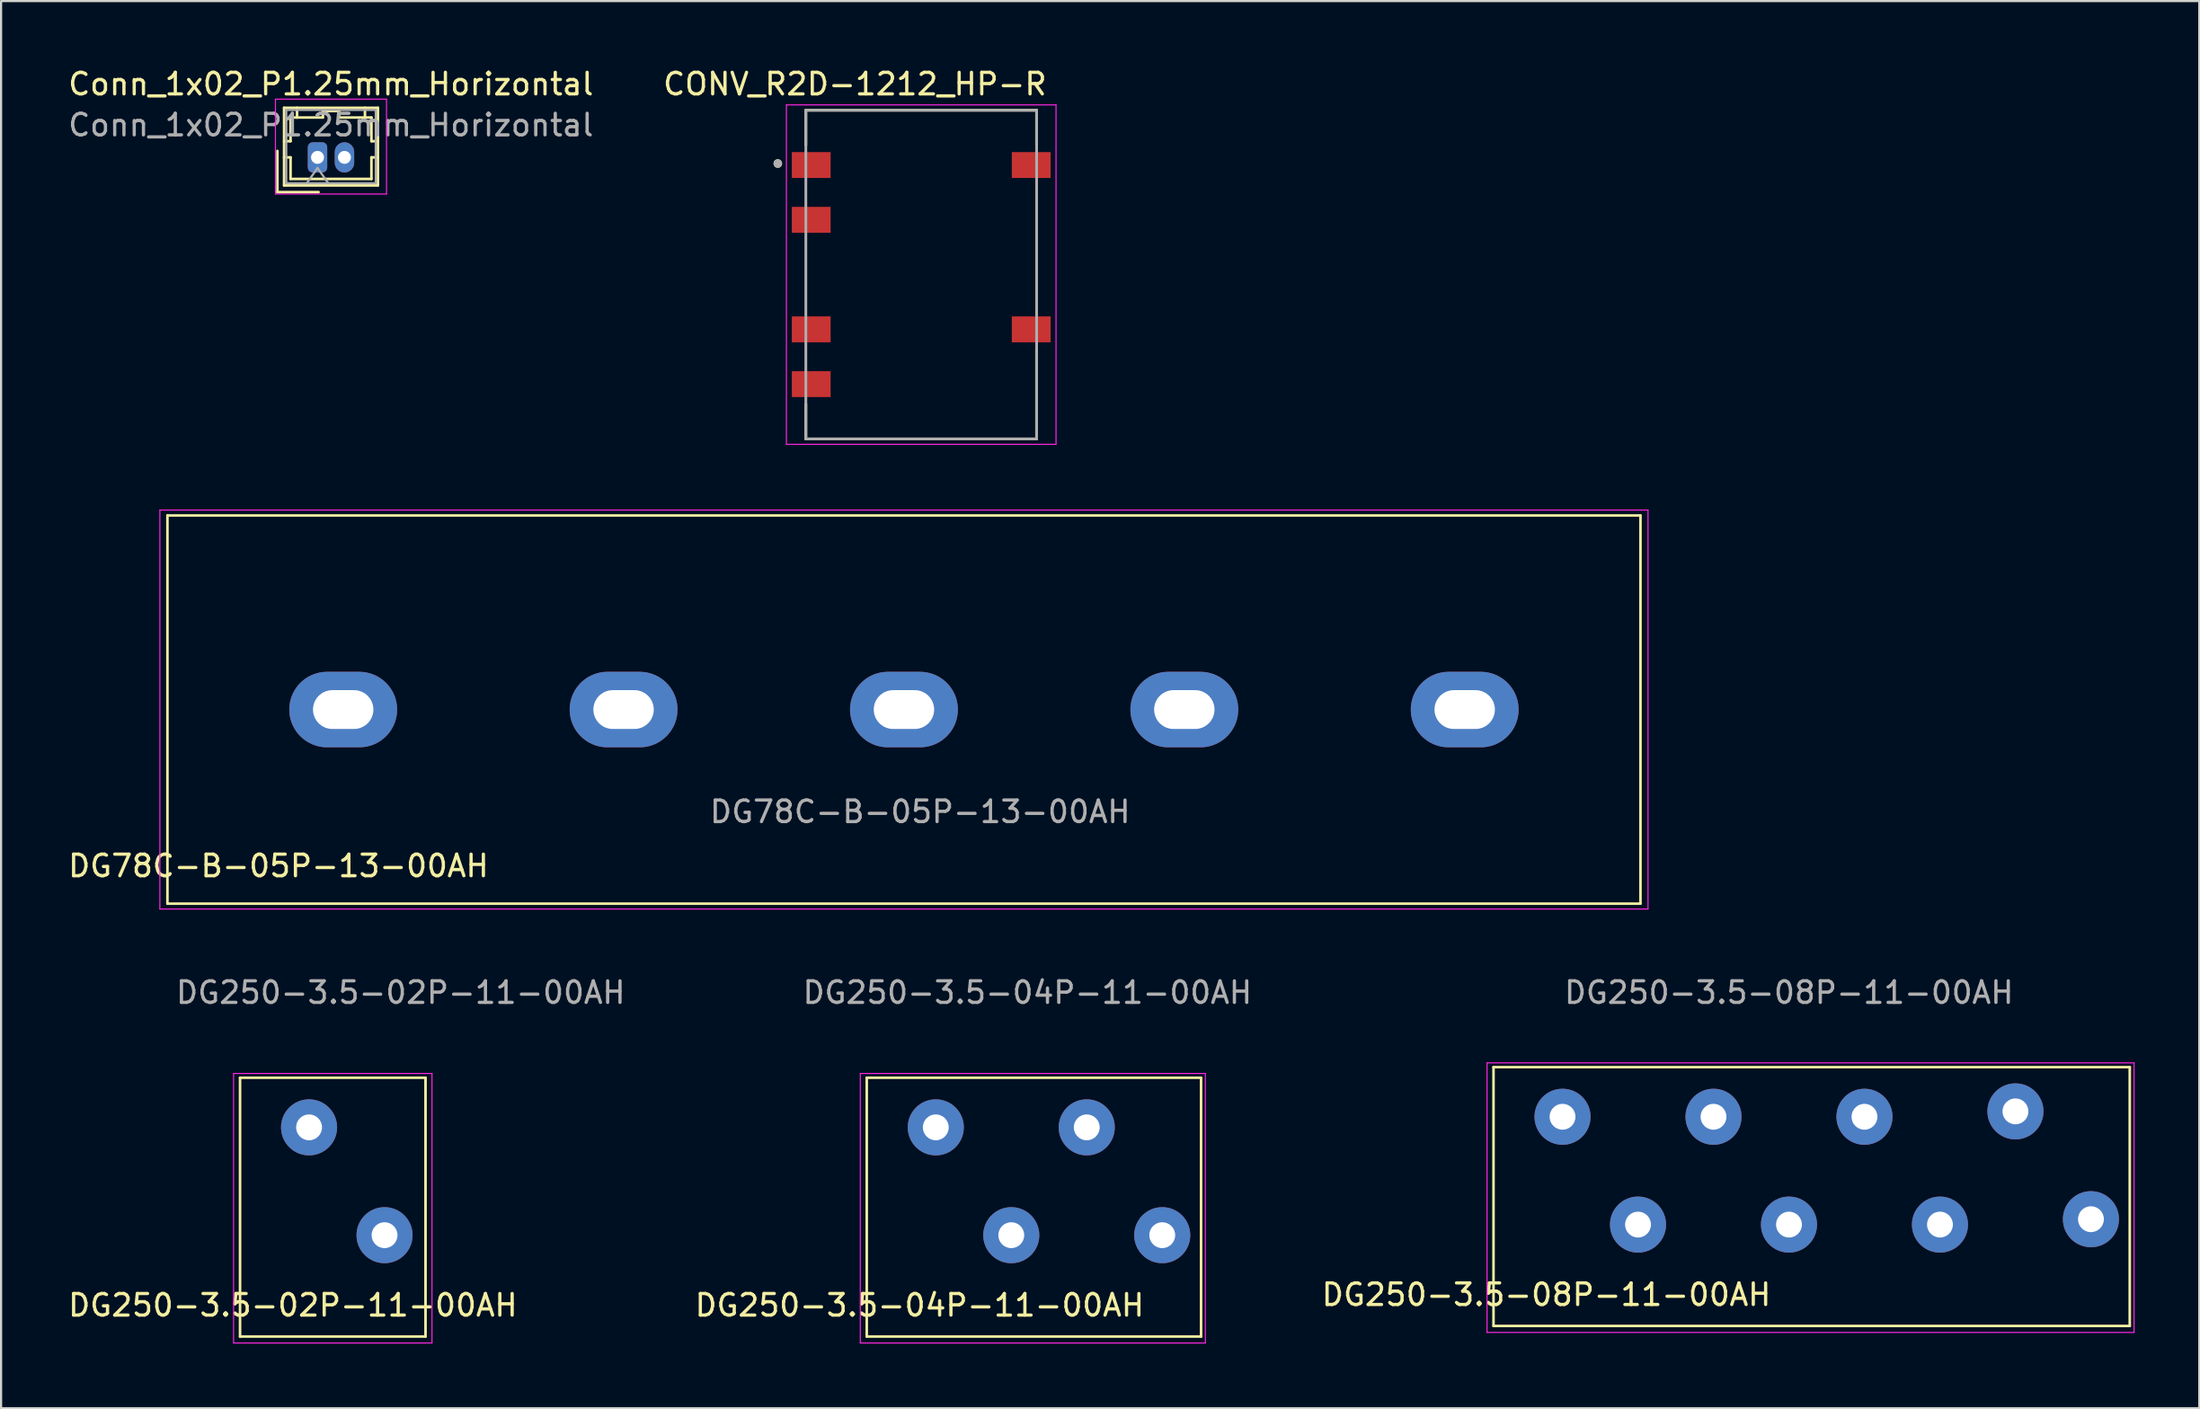
<source format=kicad_pcb>
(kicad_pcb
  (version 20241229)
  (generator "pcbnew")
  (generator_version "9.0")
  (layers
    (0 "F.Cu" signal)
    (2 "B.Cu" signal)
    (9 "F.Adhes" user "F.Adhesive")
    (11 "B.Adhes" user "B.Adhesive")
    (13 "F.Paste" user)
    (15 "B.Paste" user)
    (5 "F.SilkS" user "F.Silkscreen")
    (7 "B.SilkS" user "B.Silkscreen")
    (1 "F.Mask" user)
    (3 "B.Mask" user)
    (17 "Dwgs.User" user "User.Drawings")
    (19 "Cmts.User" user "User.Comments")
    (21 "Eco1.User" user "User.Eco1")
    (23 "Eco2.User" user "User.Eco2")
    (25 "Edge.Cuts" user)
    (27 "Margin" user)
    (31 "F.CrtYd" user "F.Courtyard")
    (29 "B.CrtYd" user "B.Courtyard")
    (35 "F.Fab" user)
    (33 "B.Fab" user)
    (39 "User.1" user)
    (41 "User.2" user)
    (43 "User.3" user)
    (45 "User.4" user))
  (footprint "DG250-3.5-08P-11-00AH"
    (layer "F.Cu")
    (at 69.399 53.736)
    (property "Reference" "DG250-3.5-08P-11-00AH" (at -0.75 3.25 0) (layer "F.SilkS") (effects (font (size 1 1) (thickness 0.15))))
    (attr through_hole)
    (fp_line (start -3.2 -7.3) (end 26.3 -7.3) (stroke (width 0.12) (type solid)) (layer "F.SilkS"))
    (fp_line (start -3.2 4.7) (end -3.2 -7.3) (stroke (width 0.12) (type solid)) (layer "F.SilkS"))
    (fp_line (start -3.2 4.7) (end 26.3 4.7) (stroke (width 0.12) (type solid)) (layer "F.SilkS"))
    (fp_line (start 26.3 4.7) (end 26.3 -7.3) (stroke (width 0.12) (type solid)) (layer "F.SilkS"))
    (fp_line (start -3.5 5) (end -3.5 -7.5) (stroke (width 0.05) (type solid)) (layer "F.CrtYd"))
    (fp_line (start 26.5 -7.5) (end -3.5 -7.5) (stroke (width 0.05) (type solid)) (layer "F.CrtYd"))
    (fp_line (start 26.5 5) (end -3.5 5) (stroke (width 0.05) (type solid)) (layer "F.CrtYd"))
    (fp_line (start 26.5 5) (end 26.5 -7.5) (stroke (width 0.05) (type solid)) (layer "F.CrtYd"))
    (fp_text user "${REFERENCE}" (at 10.5 -10.76 0) (layer "F.Fab") (effects (font (size 1 1) (thickness 0.15))))
    (pad "1" thru_hole circle (at 0 -5) (size 2.6 2.6) (drill 1.2) (layers "*.Cu" "*.Mask"))
    (pad "2" thru_hole circle (at 3.5 0) (size 2.6 2.6) (drill 1.2) (layers "*.Cu" "*.Mask"))
    (pad "3" thru_hole circle (at 7 -5) (size 2.6 2.6) (drill 1.2) (layers "*.Cu" "*.Mask"))
    (pad "4" thru_hole circle (at 10.5 0) (size 2.6 2.6) (drill 1.2) (layers "*.Cu" "*.Mask"))
    (pad "5" thru_hole circle (at 14 -5) (size 2.6 2.6) (drill 1.2) (layers "*.Cu" "*.Mask"))
    (pad "6" thru_hole circle (at 17.5 0) (size 2.6 2.6) (drill 1.2) (layers "*.Cu" "*.Mask"))
    (pad "7" thru_hole circle (at 21 -5.25) (size 2.6 2.6) (drill 1.2) (layers "*.Cu" "*.Mask"))
    (pad "8" thru_hole circle (at 24.5 -0.25) (size 2.6 2.6) (drill 1.2) (layers "*.Cu" "*.Mask")))
  (footprint "Conn_1x02_P1.25mm_Horizontal"
    (layer "F.Cu")
    (at 11.672 4.248)
    (property "Reference" "Conn_1x02_P1.25mm_Horizontal" (at 0.62 -3.4 0) (layer "F.SilkS") (effects (font (size 1 1) (thickness 0.15))))
    (attr through_hole)
    (fp_line (start -1.86 -0.3) (end -1.86 1.61) (stroke (width 0.12) (type solid)) (layer "F.SilkS"))
    (fp_line (start -1.86 1.61) (end 0.05 1.61) (stroke (width 0.12) (type solid)) (layer "F.SilkS"))
    (fp_line (start -1.55 -2.3) (end -1.55 1.3) (stroke (width 0.12) (type solid)) (layer "F.SilkS"))
    (fp_line (start -1.55 -0.75) (end -1.25 -0.75) (stroke (width 0.12) (type solid)) (layer "F.SilkS"))
    (fp_line (start -1.55 0) (end -1.25 0) (stroke (width 0.12) (type solid)) (layer "F.SilkS"))
    (fp_line (start -1.55 1.3) (end 2.8 1.3) (stroke (width 0.12) (type solid)) (layer "F.SilkS"))
    (fp_line (start -1.25 -1.85) (end -0.95 -1.85) (stroke (width 0.12) (type solid)) (layer "F.SilkS"))
    (fp_line (start -1.25 -0.75) (end -1.25 -1.85) (stroke (width 0.12) (type solid)) (layer "F.SilkS"))
    (fp_line (start -1.25 0) (end -1.25 1) (stroke (width 0.12) (type solid)) (layer "F.SilkS"))
    (fp_line (start -1.25 1) (end 2.5 1) (stroke (width 0.12) (type solid)) (layer "F.SilkS"))
    (fp_line (start -0.95 -1.85) (end -0.95 -2.3) (stroke (width 0.12) (type solid)) (layer "F.SilkS"))
    (fp_line (start -0.95 -1.85) (end 0.25 -1.85) (stroke (width 0.12) (type solid)) (layer "F.SilkS"))
    (fp_line (start 0.25 -2.15) (end 1 -2.15) (stroke (width 0.12) (type solid)) (layer "F.SilkS"))
    (fp_line (start 0.25 -1.85) (end 0.25 -2.15) (stroke (width 0.12) (type solid)) (layer "F.SilkS"))
    (fp_line (start 1 -2.15) (end 1 -1.85) (stroke (width 0.12) (type solid)) (layer "F.SilkS"))
    (fp_line (start 1 -1.85) (end 2.2 -1.85) (stroke (width 0.12) (type solid)) (layer "F.SilkS"))
    (fp_line (start 2.2 -1.85) (end 2.2 -2.3) (stroke (width 0.12) (type solid)) (layer "F.SilkS"))
    (fp_line (start 2.5 -1.85) (end 2.2 -1.85) (stroke (width 0.12) (type solid)) (layer "F.SilkS"))
    (fp_line (start 2.5 -0.75) (end 2.5 -1.85) (stroke (width 0.12) (type solid)) (layer "F.SilkS"))
    (fp_line (start 2.5 0) (end 2.8 0) (stroke (width 0.12) (type solid)) (layer "F.SilkS"))
    (fp_line (start 2.5 1) (end 2.5 0) (stroke (width 0.12) (type solid)) (layer "F.SilkS"))
    (fp_line (start 2.8 -2.3) (end -1.55 -2.3) (stroke (width 0.12) (type solid)) (layer "F.SilkS"))
    (fp_line (start 2.8 -0.75) (end 2.5 -0.75) (stroke (width 0.12) (type solid)) (layer "F.SilkS"))
    (fp_line (start 2.8 1.3) (end 2.8 -2.3) (stroke (width 0.12) (type solid)) (layer "F.SilkS"))
    (fp_line (start -1.95 -2.7) (end -1.95 1.7) (stroke (width 0.05) (type solid)) (layer "F.CrtYd"))
    (fp_line (start -1.95 1.7) (end 3.2 1.7) (stroke (width 0.05) (type solid)) (layer "F.CrtYd"))
    (fp_line (start 3.2 -2.7) (end -1.95 -2.7) (stroke (width 0.05) (type solid)) (layer "F.CrtYd"))
    (fp_line (start 3.2 1.7) (end 3.2 -2.7) (stroke (width 0.05) (type solid)) (layer "F.CrtYd"))
    (fp_line (start -1.45 -2.2) (end -1.45 1.2) (stroke (width 0.1) (type solid)) (layer "F.Fab"))
    (fp_line (start -1.45 1.2) (end 2.7 1.2) (stroke (width 0.1) (type solid)) (layer "F.Fab"))
    (fp_line (start -0.5 1.2) (end 0 0.493) (stroke (width 0.1) (type solid)) (layer "F.Fab"))
    (fp_line (start 0 0.493) (end 0.5 1.2) (stroke (width 0.1) (type solid)) (layer "F.Fab"))
    (fp_line (start 2.7 -2.2) (end -1.45 -2.2) (stroke (width 0.1) (type solid)) (layer "F.Fab"))
    (fp_line (start 2.7 1.2) (end 2.7 -2.2) (stroke (width 0.1) (type solid)) (layer "F.Fab"))
    (fp_text user "${REFERENCE}" (at 0.62 -1.5 0) (layer "F.Fab") (effects (font (size 1 1) (thickness 0.15))))
    (pad "1" thru_hole roundrect (at 0 0) (size 0.9 1.4) (drill 0.6) (layers "*.Cu" "*.Mask") (roundrect_rratio 0.25))
    (pad "2" thru_hole oval (at 1.25 0) (size 0.9 1.4) (drill 0.6) (layers "*.Cu" "*.Mask")))
  (footprint "DG250-3.5-02P-11-00AH"
    (layer "F.Cu")
    (at 11.28 54.227)
    (property "Reference" "DG250-3.5-02P-11-00AH" (at -0.75 3.25 0) (layer "F.SilkS") (effects (font (size 1 1) (thickness 0.15))))
    (attr through_hole)
    (fp_line (start -3.2 -7.3) (end 5.4 -7.3) (stroke (width 0.12) (type solid)) (layer "F.SilkS"))
    (fp_line (start -3.2 4.7) (end -3.2 -7.3) (stroke (width 0.12) (type solid)) (layer "F.SilkS"))
    (fp_line (start -3.2 4.7) (end 5.4 4.7) (stroke (width 0.12) (type solid)) (layer "F.SilkS"))
    (fp_line (start 5.4 4.7) (end 5.4 -7.3) (stroke (width 0.12) (type solid)) (layer "F.SilkS"))
    (fp_line (start -3.5 5) (end -3.5 -7.5) (stroke (width 0.05) (type solid)) (layer "F.CrtYd"))
    (fp_line (start 5.7 -7.5) (end -3.5 -7.5) (stroke (width 0.05) (type solid)) (layer "F.CrtYd"))
    (fp_line (start 5.7 5) (end -3.5 5) (stroke (width 0.05) (type solid)) (layer "F.CrtYd"))
    (fp_line (start 5.7 5) (end 5.7 -7.5) (stroke (width 0.05) (type solid)) (layer "F.CrtYd"))
    (fp_text user "${REFERENCE}" (at 4.25 -11.25 0) (layer "F.Fab") (effects (font (size 1 1) (thickness 0.15))))
    (pad "1" thru_hole circle (at 0 -5) (size 2.6 2.6) (drill 1.2) (layers "*.Cu" "*.Mask"))
    (pad "2" thru_hole circle (at 3.5 0) (size 2.6 2.6) (drill 1.2) (layers "*.Cu" "*.Mask")))
  (footprint "DG78C-B-05P-13-00AH"
    (layer "F.Cu")
    (at 12.863 29.853)
    (property "Reference" "DG78C-B-05P-13-00AH" (at -3 7.25 0) (layer "F.SilkS") (effects (font (size 1 1) (thickness 0.15))))
    (attr through_hole)
    (fp_line (start -8.15 -9) (end 60.15 -9) (stroke (width 0.12) (type solid)) (layer "F.SilkS"))
    (fp_line (start -8.15 9) (end -8.15 -9) (stroke (width 0.12) (type solid)) (layer "F.SilkS"))
    (fp_line (start -8.15 9) (end 60.15 9) (stroke (width 0.12) (type solid)) (layer "F.SilkS"))
    (fp_line (start 60.15 9) (end 60.15 -9) (stroke (width 0.12) (type solid)) (layer "F.SilkS"))
    (fp_line (start -8.5 9.25) (end -8.5 -9.25) (stroke (width 0.05) (type solid)) (layer "F.CrtYd"))
    (fp_line (start 60.5 -9.25) (end -8.5 -9.25) (stroke (width 0.05) (type solid)) (layer "F.CrtYd"))
    (fp_line (start 60.5 9.25) (end -8.5 9.25) (stroke (width 0.05) (type solid)) (layer "F.CrtYd"))
    (fp_line (start 60.5 9.25) (end 60.5 -9.25) (stroke (width 0.05) (type solid)) (layer "F.CrtYd"))
    (fp_text user "${REFERENCE}" (at 26.75 4.74 0) (layer "F.Fab") (effects (font (size 1 1) (thickness 0.15))))
    (pad "1" thru_hole oval (at 0 0) (size 5 3.5) (drill oval 2.8 1.8) (layers "*.Cu" "*.Mask"))
    (pad "2" thru_hole oval (at 13 0) (size 5 3.5) (drill oval 2.8 1.8) (layers "*.Cu" "*.Mask"))
    (pad "3" thru_hole oval (at 26 0) (size 5 3.5) (drill oval 2.8 1.8) (layers "*.Cu" "*.Mask"))
    (pad "4" thru_hole oval (at 39 0) (size 5 3.5) (drill oval 2.8 1.8) (layers "*.Cu" "*.Mask"))
    (pad "5" thru_hole oval (at 52 0) (size 5 3.5) (drill oval 2.8 1.8) (layers "*.Cu" "*.Mask")))
  (footprint "DG250-3.5-04P-11-00AH"
    (layer "F.Cu")
    (at 40.339 54.227)
    (property "Reference" "DG250-3.5-04P-11-00AH" (at -0.75 3.25 0) (layer "F.SilkS") (effects (font (size 1 1) (thickness 0.15))))
    (attr through_hole)
    (fp_line (start -3.2 -7.3) (end 12.3 -7.3) (stroke (width 0.12) (type solid)) (layer "F.SilkS"))
    (fp_line (start -3.2 4.7) (end -3.2 -7.3) (stroke (width 0.12) (type solid)) (layer "F.SilkS"))
    (fp_line (start -3.2 4.7) (end 12.3 4.7) (stroke (width 0.12) (type solid)) (layer "F.SilkS"))
    (fp_line (start 12.3 4.7) (end 12.3 -7.3) (stroke (width 0.12) (type solid)) (layer "F.SilkS"))
    (fp_line (start -3.5 5) (end -3.5 -7.5) (stroke (width 0.05) (type solid)) (layer "F.CrtYd"))
    (fp_line (start 12.5 -7.5) (end -3.5 -7.5) (stroke (width 0.05) (type solid)) (layer "F.CrtYd"))
    (fp_line (start 12.5 5) (end -3.5 5) (stroke (width 0.05) (type solid)) (layer "F.CrtYd"))
    (fp_line (start 12.5 5) (end 12.5 -7.5) (stroke (width 0.05) (type solid)) (layer "F.CrtYd"))
    (fp_text user "${REFERENCE}" (at 4.25 -11.25 0) (layer "F.Fab") (effects (font (size 1 1) (thickness 0.15))))
    (pad "1" thru_hole circle (at 0 -5) (size 2.6 2.6) (drill 1.2) (layers "*.Cu" "*.Mask"))
    (pad "2" thru_hole circle (at 3.5 0) (size 2.6 2.6) (drill 1.2) (layers "*.Cu" "*.Mask"))
    (pad "3" thru_hole circle (at 7 -5) (size 2.6 2.6) (drill 1.2) (layers "*.Cu" "*.Mask"))
    (pad "4" thru_hole circle (at 10.5 0) (size 2.6 2.6) (drill 1.2) (layers "*.Cu" "*.Mask")))
  (footprint "CONV_R2D-1212_HP-R"
    (layer "F.Cu")
    (at 39.664 9.683)
    (property "Reference" "CONV_R2D-1212_HP-R" (at -3.075 -8.835 0) (layer "F.SilkS") (effects (font (size 1 1) (thickness 0.15))))
    (attr smd)
    (fp_line (start -5.35 -7.62) (end 5.35 -7.62) (stroke (width 0.127) (type solid)) (layer "F.SilkS"))
    (fp_line (start -5.35 -6) (end -5.35 -7.62) (stroke (width 0.127) (type solid)) (layer "F.SilkS"))
    (fp_line (start -5.35 6) (end -5.35 7.62) (stroke (width 0.127) (type solid)) (layer "F.SilkS"))
    (fp_line (start -5.35 7.62) (end 5.35 7.62) (stroke (width 0.127) (type solid)) (layer "F.SilkS"))
    (fp_line (start 5.35 -7.62) (end 5.35 -6) (stroke (width 0.127) (type solid)) (layer "F.SilkS"))
    (fp_line (start 5.35 7.62) (end 5.35 3.47) (stroke (width 0.127) (type solid)) (layer "F.SilkS"))
    (fp_circle (center -6.65 -5.15) (end -6.55 -5.15) (stroke (width 0.2) (type solid)) (fill no) (layer "F.SilkS"))
    (fp_line (start -6.25 -7.87) (end 6.25 -7.87) (stroke (width 0.05) (type solid)) (layer "F.CrtYd"))
    (fp_line (start -6.25 7.87) (end -6.25 -7.87) (stroke (width 0.05) (type solid)) (layer "F.CrtYd"))
    (fp_line (start 6.25 -7.87) (end 6.25 7.87) (stroke (width 0.05) (type solid)) (layer "F.CrtYd"))
    (fp_line (start 6.25 7.87) (end -6.25 7.87) (stroke (width 0.05) (type solid)) (layer "F.CrtYd"))
    (fp_line (start -5.35 -7.62) (end 5.35 -7.62) (stroke (width 0.127) (type solid)) (layer "F.Fab"))
    (fp_line (start -5.35 7.62) (end -5.35 -7.62) (stroke (width 0.127) (type solid)) (layer "F.Fab"))
    (fp_line (start 5.35 -7.62) (end 5.35 7.62) (stroke (width 0.127) (type solid)) (layer "F.Fab"))
    (fp_line (start 5.35 7.62) (end -5.35 7.62) (stroke (width 0.127) (type solid)) (layer "F.Fab"))
    (fp_circle (center -6.65 -5.15) (end -6.55 -5.15) (stroke (width 0.2) (type solid)) (fill no) (layer "F.Fab"))
    (pad "1" smd rect (at -5.1 -5.08) (size 1.8 1.2) (layers "F.Cu" "F.Mask" "F.Paste"))
    (pad "2" smd rect (at -5.1 -2.54) (size 1.8 1.2) (layers "F.Cu" "F.Mask" "F.Paste"))
    (pad "4" smd rect (at -5.1 2.54) (size 1.8 1.2) (layers "F.Cu" "F.Mask" "F.Paste"))
    (pad "5" smd rect (at -5.1 5.08) (size 1.8 1.2) (layers "F.Cu" "F.Mask" "F.Paste"))
    (pad "7" smd rect (at 5.1 2.54) (size 1.8 1.2) (layers "F.Cu" "F.Mask" "F.Paste"))
    (pad "10" smd rect (at 5.1 -5.08) (size 1.8 1.2) (layers "F.Cu" "F.Mask" "F.Paste")))
  (gr_rect
    (start -3 -3)
    (end 98.924 62.252)
    (stroke (width 0.1) (type default))
    (fill no)
    (layer "Edge.Cuts")))
</source>
